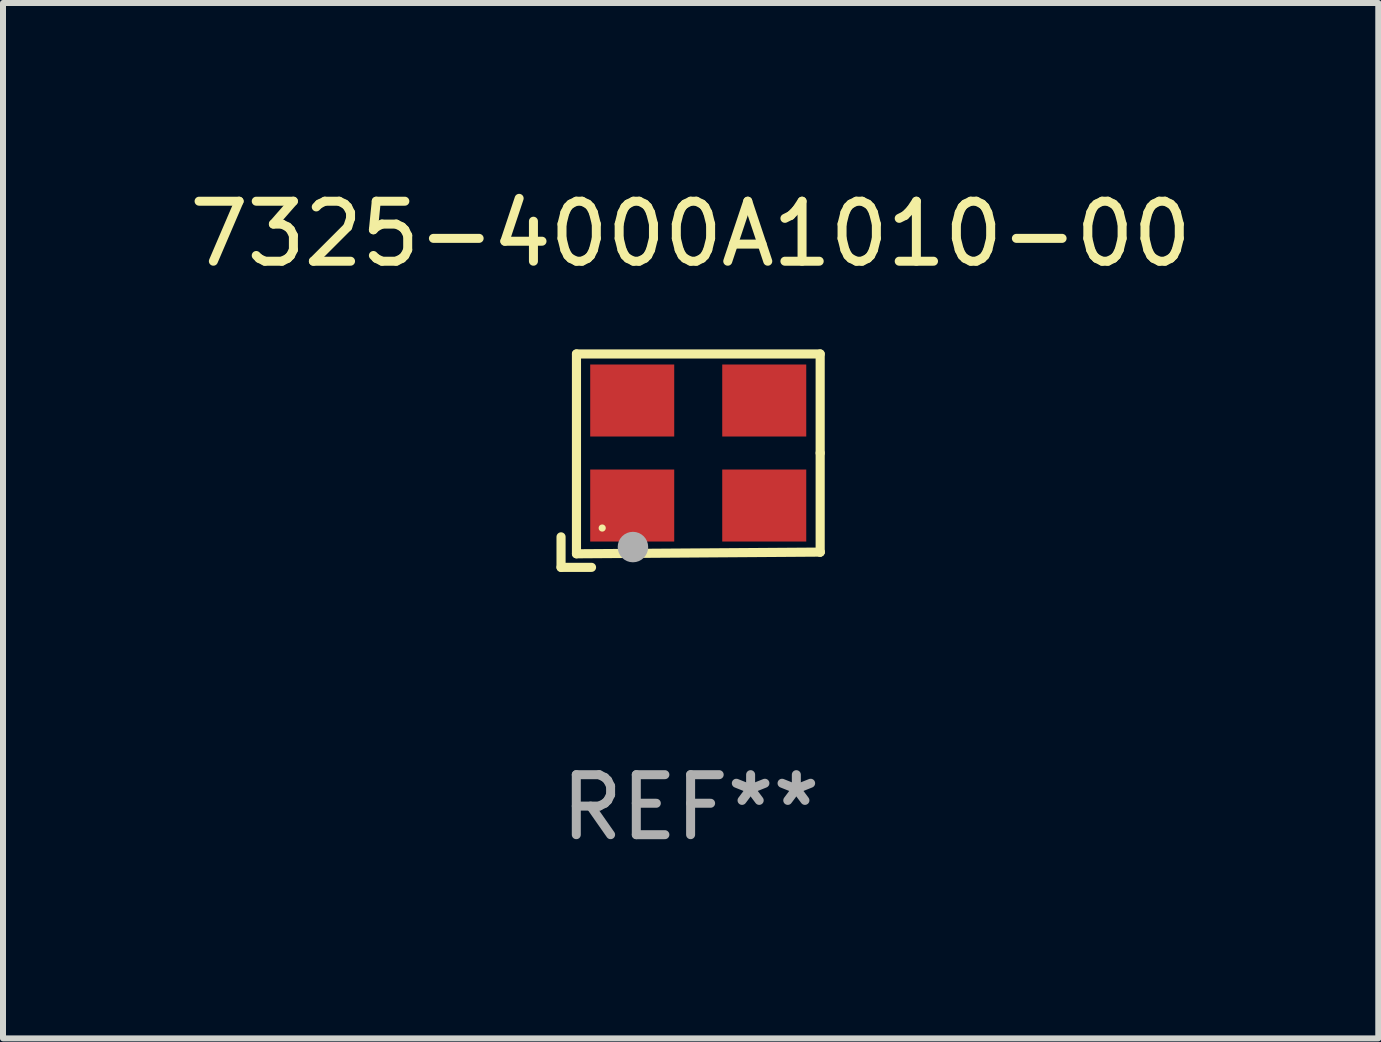
<source format=kicad_pcb>
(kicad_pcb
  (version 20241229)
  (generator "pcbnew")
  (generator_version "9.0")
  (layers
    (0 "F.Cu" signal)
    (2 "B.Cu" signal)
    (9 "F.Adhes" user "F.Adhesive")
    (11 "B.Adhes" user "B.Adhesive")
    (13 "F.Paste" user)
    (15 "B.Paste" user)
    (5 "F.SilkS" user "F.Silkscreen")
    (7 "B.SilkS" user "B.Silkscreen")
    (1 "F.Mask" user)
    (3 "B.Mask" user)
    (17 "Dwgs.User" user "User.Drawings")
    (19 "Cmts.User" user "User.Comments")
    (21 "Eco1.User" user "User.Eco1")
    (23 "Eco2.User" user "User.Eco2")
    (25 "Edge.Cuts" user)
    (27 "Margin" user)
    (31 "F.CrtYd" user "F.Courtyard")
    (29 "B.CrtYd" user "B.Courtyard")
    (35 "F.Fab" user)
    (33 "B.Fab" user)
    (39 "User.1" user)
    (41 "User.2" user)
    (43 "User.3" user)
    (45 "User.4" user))
  (footprint "7325-4000A1010-00"
    (layer "F.Cu")
    (at 8.458 4.626)
    (property "Reference" "7325-4000A1010-00" (at 0 -3.778 0) (layer "F.SilkS") (effects (font (size 1 1) (thickness 0.15))))
    (attr through_hole)
    (fp_line (start -2.159 1.27) (end -2.159 1.778) (stroke (width 0.152) (type solid)) (layer "F.SilkS"))
    (fp_line (start -2.159 1.778) (end -1.651 1.778) (stroke (width 0.152) (type solid)) (layer "F.SilkS"))
    (fp_line (start -1.902 -1.778) (end 2.159 -1.778) (stroke (width 0.152) (type solid)) (layer "F.SilkS"))
    (fp_line (start -1.902 1.552) (end -1.902 -1.778) (stroke (width 0.152) (type solid)) (layer "F.SilkS"))
    (fp_line (start 2.159 -1.778) (end 2.159 -0.127) (stroke (width 0.152) (type solid)) (layer "F.SilkS"))
    (fp_line (start 2.159 -0.127) (end 2.159 1.524) (stroke (width 0.152) (type solid)) (layer "F.SilkS"))
    (fp_line (start 2.159 1.524) (end -1.902 1.552) (stroke (width 0.152) (type solid)) (layer "F.SilkS"))
    (fp_line (start 2.159 1.524) (end 2.159 1.524) (stroke (width 0.152) (type solid)) (layer "F.SilkS"))
    (fp_circle (center -1.473 1.123) (end -1.443 1.123) (stroke (width 0.06) (type solid)) (fill no) (layer "F.SilkS"))
    (fp_circle (center -0.961 1.44) (end -0.834 1.44) (stroke (width 0.254) (type solid)) (fill no) (layer "F.Fab"))
    (fp_text user "REF**" (at 0 5.778 0) (layer "F.Fab") (effects (font (size 1 1) (thickness 0.15))))
    (pad "1" smd rect (at -0.973 0.748) (size 1.4 1.2) (layers "F.Cu" "F.Mask" "F.Paste"))
    (pad "2" smd rect (at 1.227 0.748) (size 1.4 1.2) (layers "F.Cu" "F.Mask" "F.Paste"))
    (pad "3" smd rect (at 1.227 -1.002) (size 1.4 1.2) (layers "F.Cu" "F.Mask" "F.Paste"))
    (pad "4" smd rect (at -0.973 -1.002) (size 1.4 1.2) (layers "F.Cu" "F.Mask" "F.Paste")))
  (gr_rect
    (start -3 -3)
    (end 19.917 14.253)
    (stroke (width 0.1) (type default))
    (fill no)
    (layer "Edge.Cuts")))
</source>
